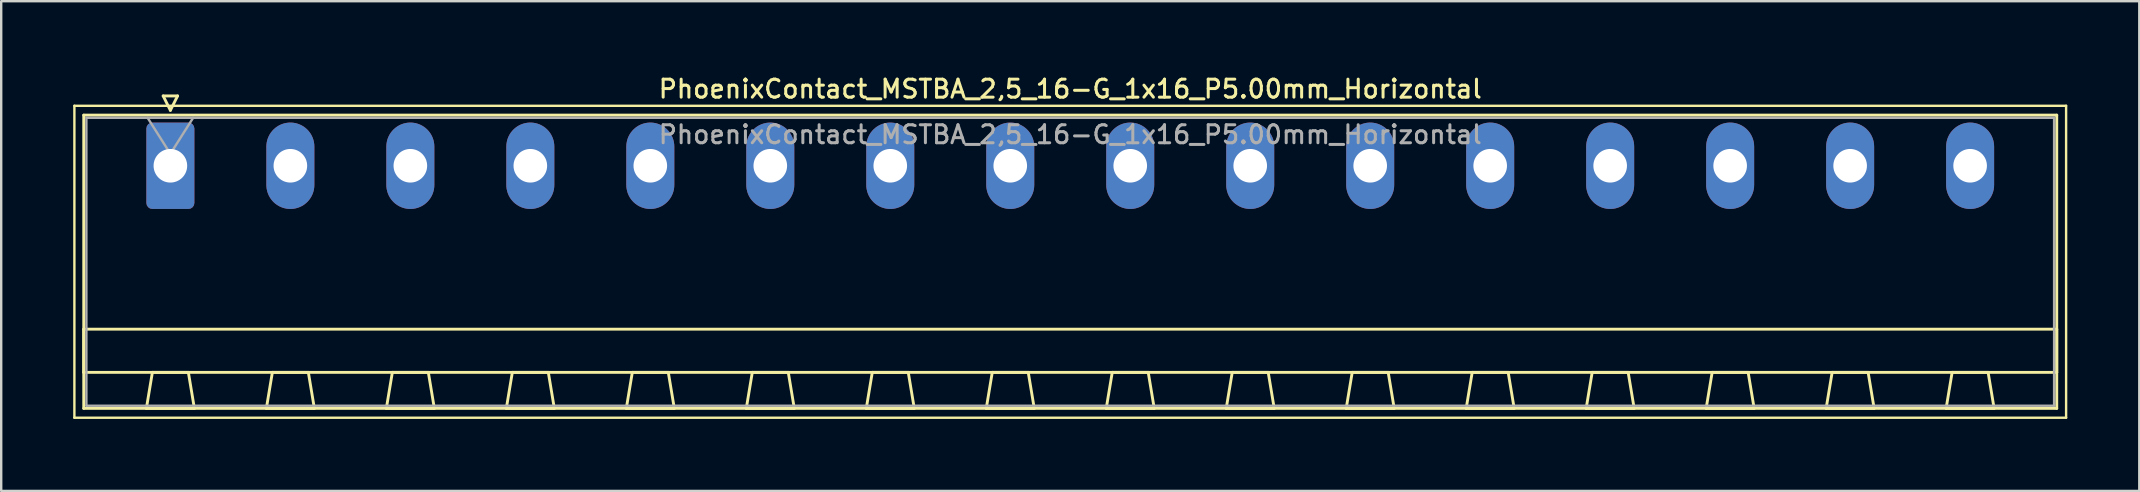
<source format=kicad_pcb>
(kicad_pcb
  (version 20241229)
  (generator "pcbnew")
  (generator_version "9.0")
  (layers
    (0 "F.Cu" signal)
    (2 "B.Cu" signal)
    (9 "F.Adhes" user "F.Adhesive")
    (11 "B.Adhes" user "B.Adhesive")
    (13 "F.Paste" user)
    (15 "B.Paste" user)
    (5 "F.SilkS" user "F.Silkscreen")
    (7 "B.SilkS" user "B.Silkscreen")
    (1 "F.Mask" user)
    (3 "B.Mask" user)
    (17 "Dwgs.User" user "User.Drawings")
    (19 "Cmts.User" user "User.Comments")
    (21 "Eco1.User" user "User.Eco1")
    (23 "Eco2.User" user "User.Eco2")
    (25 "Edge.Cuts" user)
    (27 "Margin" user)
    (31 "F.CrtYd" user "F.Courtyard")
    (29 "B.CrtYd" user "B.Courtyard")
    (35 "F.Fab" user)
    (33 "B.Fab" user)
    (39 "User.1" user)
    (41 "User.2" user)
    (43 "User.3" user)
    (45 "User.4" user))
  (footprint "PhoenixContact_MSTBA_2,5_16-G_1x16_P5.00mm_Horizontal"
    (layer "F.Cu")
    (at 4.05 3.858)
    (property "Reference" "PhoenixContact_MSTBA_2,5_16-G_1x16_P5.00mm_Horizontal" (at 37.5 -3.2 0) (layer "F.SilkS") (effects (font (size 0.75 0.75) (thickness 0.125))))
    (attr through_hole)
    (fp_line (start -4 -2.5) (end -4 10.5) (stroke (width 0.1) (type solid)) (layer "F.SilkS"))
    (fp_line (start -4 10.5) (end 79 10.5) (stroke (width 0.1) (type solid)) (layer "F.SilkS"))
    (fp_line (start -3.61 -2.11) (end -3.61 10.11) (stroke (width 0.12) (type solid)) (layer "F.SilkS"))
    (fp_line (start -3.61 6.81) (end 78.61 6.81) (stroke (width 0.12) (type solid)) (layer "F.SilkS"))
    (fp_line (start -3.61 8.61) (end -3.61 6.81) (stroke (width 0.12) (type solid)) (layer "F.SilkS"))
    (fp_line (start -3.61 10.11) (end 78.61 10.11) (stroke (width 0.12) (type solid)) (layer "F.SilkS"))
    (fp_line (start -1 10.11) (end 1 10.11) (stroke (width 0.12) (type solid)) (layer "F.SilkS"))
    (fp_line (start -0.75 8.61) (end -1 10.11) (stroke (width 0.12) (type solid)) (layer "F.SilkS"))
    (fp_line (start -0.3 -2.91) (end 0.3 -2.91) (stroke (width 0.12) (type solid)) (layer "F.SilkS"))
    (fp_line (start 0 -2.31) (end -0.3 -2.91) (stroke (width 0.12) (type solid)) (layer "F.SilkS"))
    (fp_line (start 0.3 -2.91) (end 0 -2.31) (stroke (width 0.12) (type solid)) (layer "F.SilkS"))
    (fp_line (start 0.75 8.61) (end -0.75 8.61) (stroke (width 0.12) (type solid)) (layer "F.SilkS"))
    (fp_line (start 1 10.11) (end 0.75 8.61) (stroke (width 0.12) (type solid)) (layer "F.SilkS"))
    (fp_line (start 4 10.11) (end 6 10.11) (stroke (width 0.12) (type solid)) (layer "F.SilkS"))
    (fp_line (start 4.25 8.61) (end 4 10.11) (stroke (width 0.12) (type solid)) (layer "F.SilkS"))
    (fp_line (start 5.75 8.61) (end 4.25 8.61) (stroke (width 0.12) (type solid)) (layer "F.SilkS"))
    (fp_line (start 6 10.11) (end 5.75 8.61) (stroke (width 0.12) (type solid)) (layer "F.SilkS"))
    (fp_line (start 9 10.11) (end 11 10.11) (stroke (width 0.12) (type solid)) (layer "F.SilkS"))
    (fp_line (start 9.25 8.61) (end 9 10.11) (stroke (width 0.12) (type solid)) (layer "F.SilkS"))
    (fp_line (start 10.75 8.61) (end 9.25 8.61) (stroke (width 0.12) (type solid)) (layer "F.SilkS"))
    (fp_line (start 11 10.11) (end 10.75 8.61) (stroke (width 0.12) (type solid)) (layer "F.SilkS"))
    (fp_line (start 14 10.11) (end 16 10.11) (stroke (width 0.12) (type solid)) (layer "F.SilkS"))
    (fp_line (start 14.25 8.61) (end 14 10.11) (stroke (width 0.12) (type solid)) (layer "F.SilkS"))
    (fp_line (start 15.75 8.61) (end 14.25 8.61) (stroke (width 0.12) (type solid)) (layer "F.SilkS"))
    (fp_line (start 16 10.11) (end 15.75 8.61) (stroke (width 0.12) (type solid)) (layer "F.SilkS"))
    (fp_line (start 19 10.11) (end 21 10.11) (stroke (width 0.12) (type solid)) (layer "F.SilkS"))
    (fp_line (start 19.25 8.61) (end 19 10.11) (stroke (width 0.12) (type solid)) (layer "F.SilkS"))
    (fp_line (start 20.75 8.61) (end 19.25 8.61) (stroke (width 0.12) (type solid)) (layer "F.SilkS"))
    (fp_line (start 21 10.11) (end 20.75 8.61) (stroke (width 0.12) (type solid)) (layer "F.SilkS"))
    (fp_line (start 24 10.11) (end 26 10.11) (stroke (width 0.12) (type solid)) (layer "F.SilkS"))
    (fp_line (start 24.25 8.61) (end 24 10.11) (stroke (width 0.12) (type solid)) (layer "F.SilkS"))
    (fp_line (start 25.75 8.61) (end 24.25 8.61) (stroke (width 0.12) (type solid)) (layer "F.SilkS"))
    (fp_line (start 26 10.11) (end 25.75 8.61) (stroke (width 0.12) (type solid)) (layer "F.SilkS"))
    (fp_line (start 29 10.11) (end 31 10.11) (stroke (width 0.12) (type solid)) (layer "F.SilkS"))
    (fp_line (start 29.25 8.61) (end 29 10.11) (stroke (width 0.12) (type solid)) (layer "F.SilkS"))
    (fp_line (start 30.75 8.61) (end 29.25 8.61) (stroke (width 0.12) (type solid)) (layer "F.SilkS"))
    (fp_line (start 31 10.11) (end 30.75 8.61) (stroke (width 0.12) (type solid)) (layer "F.SilkS"))
    (fp_line (start 34 10.11) (end 36 10.11) (stroke (width 0.12) (type solid)) (layer "F.SilkS"))
    (fp_line (start 34.25 8.61) (end 34 10.11) (stroke (width 0.12) (type solid)) (layer "F.SilkS"))
    (fp_line (start 35.75 8.61) (end 34.25 8.61) (stroke (width 0.12) (type solid)) (layer "F.SilkS"))
    (fp_line (start 36 10.11) (end 35.75 8.61) (stroke (width 0.12) (type solid)) (layer "F.SilkS"))
    (fp_line (start 39 10.11) (end 41 10.11) (stroke (width 0.12) (type solid)) (layer "F.SilkS"))
    (fp_line (start 39.25 8.61) (end 39 10.11) (stroke (width 0.12) (type solid)) (layer "F.SilkS"))
    (fp_line (start 40.75 8.61) (end 39.25 8.61) (stroke (width 0.12) (type solid)) (layer "F.SilkS"))
    (fp_line (start 41 10.11) (end 40.75 8.61) (stroke (width 0.12) (type solid)) (layer "F.SilkS"))
    (fp_line (start 44 10.11) (end 46 10.11) (stroke (width 0.12) (type solid)) (layer "F.SilkS"))
    (fp_line (start 44.25 8.61) (end 44 10.11) (stroke (width 0.12) (type solid)) (layer "F.SilkS"))
    (fp_line (start 45.75 8.61) (end 44.25 8.61) (stroke (width 0.12) (type solid)) (layer "F.SilkS"))
    (fp_line (start 46 10.11) (end 45.75 8.61) (stroke (width 0.12) (type solid)) (layer "F.SilkS"))
    (fp_line (start 49 10.11) (end 51 10.11) (stroke (width 0.12) (type solid)) (layer "F.SilkS"))
    (fp_line (start 49.25 8.61) (end 49 10.11) (stroke (width 0.12) (type solid)) (layer "F.SilkS"))
    (fp_line (start 50.75 8.61) (end 49.25 8.61) (stroke (width 0.12) (type solid)) (layer "F.SilkS"))
    (fp_line (start 51 10.11) (end 50.75 8.61) (stroke (width 0.12) (type solid)) (layer "F.SilkS"))
    (fp_line (start 54 10.11) (end 56 10.11) (stroke (width 0.12) (type solid)) (layer "F.SilkS"))
    (fp_line (start 54.25 8.61) (end 54 10.11) (stroke (width 0.12) (type solid)) (layer "F.SilkS"))
    (fp_line (start 55.75 8.61) (end 54.25 8.61) (stroke (width 0.12) (type solid)) (layer "F.SilkS"))
    (fp_line (start 56 10.11) (end 55.75 8.61) (stroke (width 0.12) (type solid)) (layer "F.SilkS"))
    (fp_line (start 59 10.11) (end 61 10.11) (stroke (width 0.12) (type solid)) (layer "F.SilkS"))
    (fp_line (start 59.25 8.61) (end 59 10.11) (stroke (width 0.12) (type solid)) (layer "F.SilkS"))
    (fp_line (start 60.75 8.61) (end 59.25 8.61) (stroke (width 0.12) (type solid)) (layer "F.SilkS"))
    (fp_line (start 61 10.11) (end 60.75 8.61) (stroke (width 0.12) (type solid)) (layer "F.SilkS"))
    (fp_line (start 64 10.11) (end 66 10.11) (stroke (width 0.12) (type solid)) (layer "F.SilkS"))
    (fp_line (start 64.25 8.61) (end 64 10.11) (stroke (width 0.12) (type solid)) (layer "F.SilkS"))
    (fp_line (start 65.75 8.61) (end 64.25 8.61) (stroke (width 0.12) (type solid)) (layer "F.SilkS"))
    (fp_line (start 66 10.11) (end 65.75 8.61) (stroke (width 0.12) (type solid)) (layer "F.SilkS"))
    (fp_line (start 69 10.11) (end 71 10.11) (stroke (width 0.12) (type solid)) (layer "F.SilkS"))
    (fp_line (start 69.25 8.61) (end 69 10.11) (stroke (width 0.12) (type solid)) (layer "F.SilkS"))
    (fp_line (start 70.75 8.61) (end 69.25 8.61) (stroke (width 0.12) (type solid)) (layer "F.SilkS"))
    (fp_line (start 71 10.11) (end 70.75 8.61) (stroke (width 0.12) (type solid)) (layer "F.SilkS"))
    (fp_line (start 74 10.11) (end 76 10.11) (stroke (width 0.12) (type solid)) (layer "F.SilkS"))
    (fp_line (start 74.25 8.61) (end 74 10.11) (stroke (width 0.12) (type solid)) (layer "F.SilkS"))
    (fp_line (start 75.75 8.61) (end 74.25 8.61) (stroke (width 0.12) (type solid)) (layer "F.SilkS"))
    (fp_line (start 76 10.11) (end 75.75 8.61) (stroke (width 0.12) (type solid)) (layer "F.SilkS"))
    (fp_line (start 78.61 -2.11) (end -3.61 -2.11) (stroke (width 0.12) (type solid)) (layer "F.SilkS"))
    (fp_line (start 78.61 6.81) (end 78.61 8.61) (stroke (width 0.12) (type solid)) (layer "F.SilkS"))
    (fp_line (start 78.61 8.61) (end -3.61 8.61) (stroke (width 0.12) (type solid)) (layer "F.SilkS"))
    (fp_line (start 78.61 10.11) (end 78.61 -2.11) (stroke (width 0.12) (type solid)) (layer "F.SilkS"))
    (fp_line (start 79 -2.5) (end -4 -2.5) (stroke (width 0.1) (type solid)) (layer "F.SilkS"))
    (fp_line (start 79 10.5) (end 79 -2.5) (stroke (width 0.1) (type solid)) (layer "F.SilkS"))
    (fp_line (start -3.5 -2) (end -3.5 10) (stroke (width 0.1) (type solid)) (layer "F.Fab"))
    (fp_line (start -3.5 10) (end 78.5 10) (stroke (width 0.1) (type solid)) (layer "F.Fab"))
    (fp_line (start 0 -0.5) (end -0.95 -2) (stroke (width 0.1) (type solid)) (layer "F.Fab"))
    (fp_line (start 0.95 -2) (end 0 -0.5) (stroke (width 0.1) (type solid)) (layer "F.Fab"))
    (fp_line (start 78.5 -2) (end -3.5 -2) (stroke (width 0.1) (type solid)) (layer "F.Fab"))
    (fp_line (start 78.5 10) (end 78.5 -2) (stroke (width 0.1) (type solid)) (layer "F.Fab"))
    (fp_text user "${REFERENCE}" (at 37.5 -1.3 0) (layer "F.Fab") (effects (font (size 0.75 0.75) (thickness 0.125))))
    (pad "1" thru_hole roundrect (at 0 0) (size 2 3.6) (drill 1.4) (layers "*.Cu" "*.Mask") (roundrect_rratio 0.125))
    (pad "2" thru_hole oval (at 5 0) (size 2 3.6) (drill 1.4) (layers "*.Cu" "*.Mask"))
    (pad "3" thru_hole oval (at 10 0) (size 2 3.6) (drill 1.4) (layers "*.Cu" "*.Mask"))
    (pad "4" thru_hole oval (at 15 0) (size 2 3.6) (drill 1.4) (layers "*.Cu" "*.Mask"))
    (pad "5" thru_hole oval (at 20 0) (size 2 3.6) (drill 1.4) (layers "*.Cu" "*.Mask"))
    (pad "6" thru_hole oval (at 25 0) (size 2 3.6) (drill 1.4) (layers "*.Cu" "*.Mask"))
    (pad "7" thru_hole oval (at 30 0) (size 2 3.6) (drill 1.4) (layers "*.Cu" "*.Mask"))
    (pad "8" thru_hole oval (at 35 0) (size 2 3.6) (drill 1.4) (layers "*.Cu" "*.Mask"))
    (pad "9" thru_hole oval (at 40 0) (size 2 3.6) (drill 1.4) (layers "*.Cu" "*.Mask"))
    (pad "10" thru_hole oval (at 45 0) (size 2 3.6) (drill 1.4) (layers "*.Cu" "*.Mask"))
    (pad "11" thru_hole oval (at 50 0) (size 2 3.6) (drill 1.4) (layers "*.Cu" "*.Mask"))
    (pad "12" thru_hole oval (at 55 0) (size 2 3.6) (drill 1.4) (layers "*.Cu" "*.Mask"))
    (pad "13" thru_hole oval (at 60 0) (size 2 3.6) (drill 1.4) (layers "*.Cu" "*.Mask"))
    (pad "14" thru_hole oval (at 65 0) (size 2 3.6) (drill 1.4) (layers "*.Cu" "*.Mask"))
    (pad "15" thru_hole oval (at 70 0) (size 2 3.6) (drill 1.4) (layers "*.Cu" "*.Mask"))
    (pad "16" thru_hole oval (at 75 0) (size 2 3.6) (drill 1.4) (layers "*.Cu" "*.Mask")))
  (gr_rect
    (start -3 -3)
    (end 86.1 17.408)
    (stroke (width 0.1) (type default))
    (fill no)
    (layer "Edge.Cuts")))
</source>
